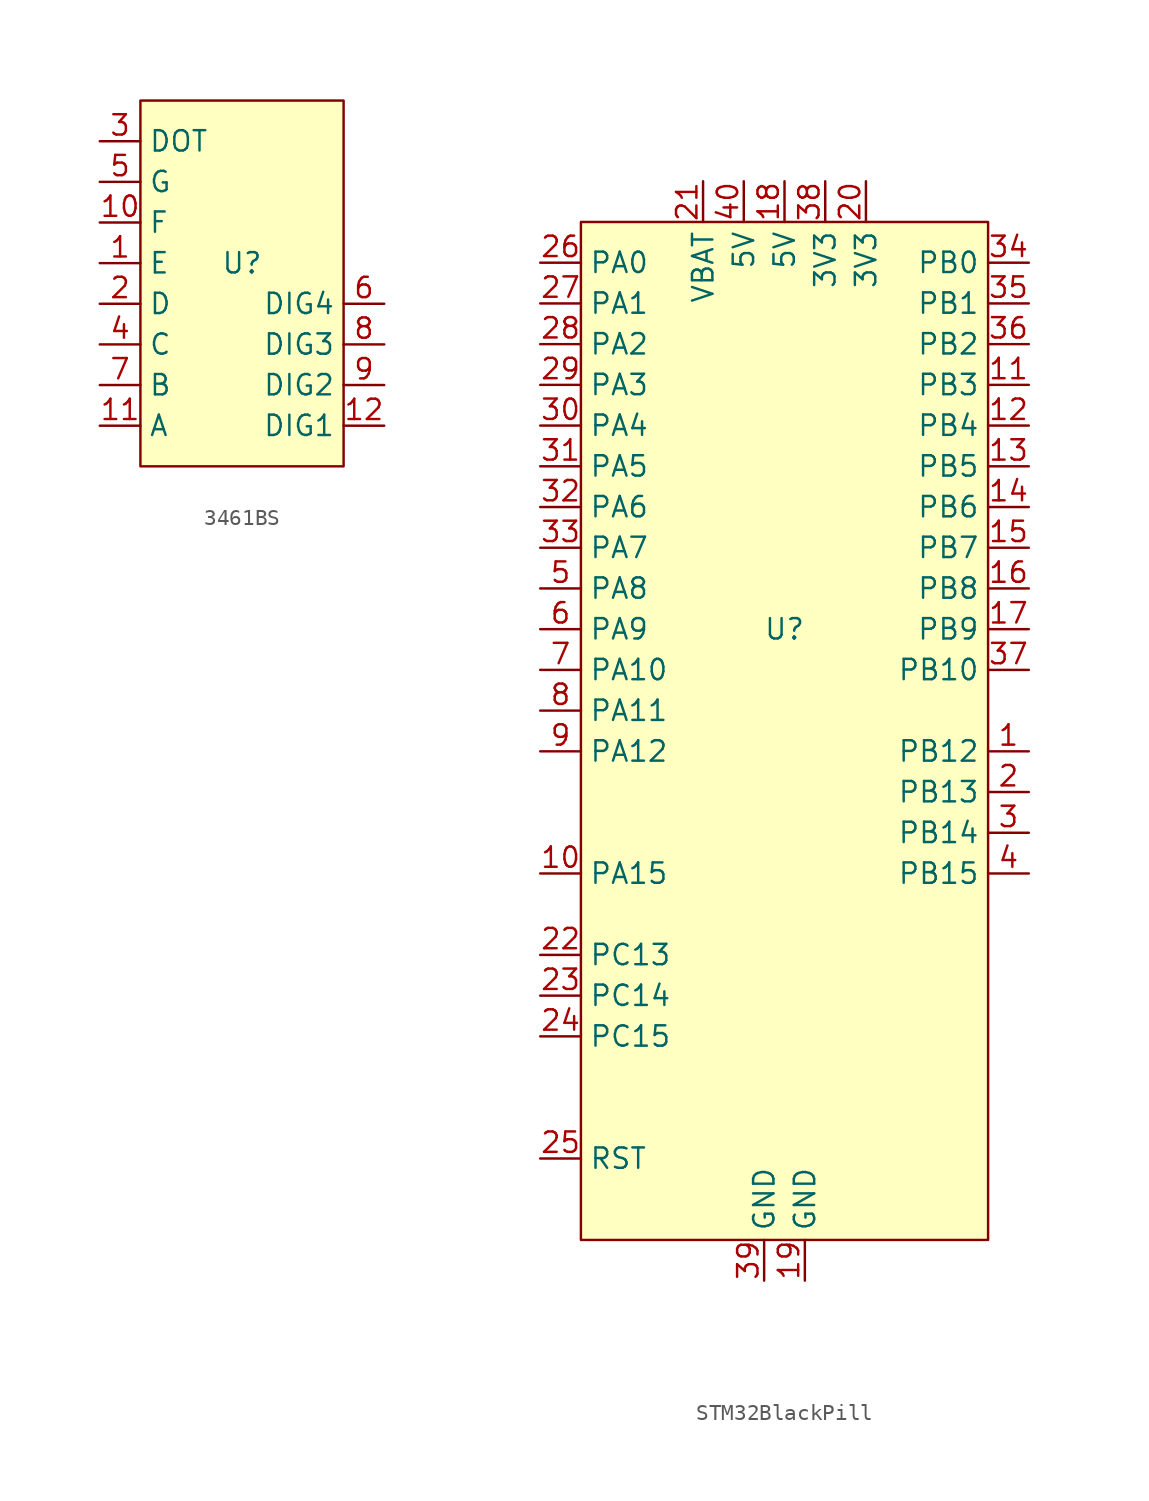
<source format=kicad_sym>
(kicad_symbol_lib
  (version 20231120)
  (generator "kicad_symbol_editor")
  (generator_version "8.0")
  (symbol "3461BS"
    (property "Reference" "U"
      (at -1.27 1.27 0)
      (effects (font (size 1.27 1.27))))
    (property "Value" ""
      (at -1.27 1.27 90)
      (effects (font (size 1.27 1.27))))
    (symbol "3461BS_1_1"
      (rectangle (start -7.62 11.43) (end 5.08 -11.43) (stroke (width 0) (type default)) (fill (type background)))
      (pin output line (at -10.16 1.27 0) (length 2.54) (name "E" (effects (font (size 1.27 1.27)))) (number "1" (effects (font (size 1.27 1.27)))))
      (pin output line (at -10.16 3.81 0) (length 2.54) (name "F" (effects (font (size 1.27 1.27)))) (number "10" (effects (font (size 1.27 1.27)))))
      (pin output line (at -10.16 -8.89 0) (length 2.54) (name "A" (effects (font (size 1.27 1.27)))) (number "11" (effects (font (size 1.27 1.27)))))
      (pin input line (at 7.62 -8.89 180) (length 2.54) (name "DIG1" (effects (font (size 1.27 1.27)))) (number "12" (effects (font (size 1.27 1.27)))))
      (pin output line (at -10.16 -1.27 0) (length 2.54) (name "D" (effects (font (size 1.27 1.27)))) (number "2" (effects (font (size 1.27 1.27)))))
      (pin output line (at -10.16 8.89 0) (length 2.54) (name "DOT" (effects (font (size 1.27 1.27)))) (number "3" (effects (font (size 1.27 1.27)))))
      (pin output line (at -10.16 -3.81 0) (length 2.54) (name "C" (effects (font (size 1.27 1.27)))) (number "4" (effects (font (size 1.27 1.27)))))
      (pin output line (at -10.16 6.35 0) (length 2.54) (name "G" (effects (font (size 1.27 1.27)))) (number "5" (effects (font (size 1.27 1.27)))))
      (pin input line (at 7.62 -1.27 180) (length 2.54) (name "DIG4" (effects (font (size 1.27 1.27)))) (number "6" (effects (font (size 1.27 1.27)))))
      (pin output line (at -10.16 -6.35 0) (length 2.54) (name "B" (effects (font (size 1.27 1.27)))) (number "7" (effects (font (size 1.27 1.27)))))
      (pin input line (at 7.62 -3.81 180) (length 2.54) (name "DIG3" (effects (font (size 1.27 1.27)))) (number "8" (effects (font (size 1.27 1.27)))))
      (pin input line (at 7.62 -6.35 180) (length 2.54) (name "DIG2" (effects (font (size 1.27 1.27)))) (number "9" (effects (font (size 1.27 1.27)))))))
  (symbol "STM32BlackPill"
    (property "Reference" "U"
      (at 0 0 0)
      (effects (font (size 1.27 1.27))))
    (property "Value" ""
      (at 0 0 0)
      (effects (font (size 1.27 1.27))))
    (symbol "STM32BlackPill_1_1"
      (rectangle (start -12.7 25.4) (end 12.7 -38.1) (stroke (width 0) (type solid)) (fill (type background)))
      (pin bidirectional line (at 15.24 -7.62 180) (length 2.54) (name "PB12" (effects (font (size 1.27 1.27)))) (number "1" (effects (font (size 1.27 1.27)))))
      (pin bidirectional line (at -15.24 -15.24 0) (length 2.54) (name "PA15" (effects (font (size 1.27 1.27)))) (number "10" (effects (font (size 1.27 1.27)))))
      (pin bidirectional line (at 15.24 15.24 180) (length 2.54) (name "PB3" (effects (font (size 1.27 1.27)))) (number "11" (effects (font (size 1.27 1.27)))))
      (pin bidirectional line (at 15.24 12.7 180) (length 2.54) (name "PB4" (effects (font (size 1.27 1.27)))) (number "12" (effects (font (size 1.27 1.27)))))
      (pin bidirectional line (at 15.24 10.16 180) (length 2.54) (name "PB5" (effects (font (size 1.27 1.27)))) (number "13" (effects (font (size 1.27 1.27)))))
      (pin bidirectional line (at 15.24 7.62 180) (length 2.54) (name "PB6" (effects (font (size 1.27 1.27)))) (number "14" (effects (font (size 1.27 1.27)))))
      (pin bidirectional line (at 15.24 5.08 180) (length 2.54) (name "PB7" (effects (font (size 1.27 1.27)))) (number "15" (effects (font (size 1.27 1.27)))))
      (pin bidirectional line (at 15.24 2.54 180) (length 2.54) (name "PB8" (effects (font (size 1.27 1.27)))) (number "16" (effects (font (size 1.27 1.27)))))
      (pin bidirectional line (at 15.24 0 180) (length 2.54) (name "PB9" (effects (font (size 1.27 1.27)))) (number "17" (effects (font (size 1.27 1.27)))))
      (pin power_in line (at 0 27.94 270) (length 2.54) (name "5V" (effects (font (size 1.27 1.27)))) (number "18" (effects (font (size 1.27 1.27)))))
      (pin power_out line (at 1.27 -40.64 90) (length 2.54) (name "GND" (effects (font (size 1.27 1.27)))) (number "19" (effects (font (size 1.27 1.27)))))
      (pin bidirectional line (at 15.24 -10.16 180) (length 2.54) (name "PB13" (effects (font (size 1.27 1.27)))) (number "2" (effects (font (size 1.27 1.27)))))
      (pin power_in line (at 5.08 27.94 270) (length 2.54) (name "3V3" (effects (font (size 1.27 1.27)))) (number "20" (effects (font (size 1.27 1.27)))))
      (pin power_in line (at -5.08 27.94 270) (length 2.54) (name "VBAT" (effects (font (size 1.27 1.27)))) (number "21" (effects (font (size 1.27 1.27)))))
      (pin bidirectional line (at -15.24 -20.32 0) (length 2.54) (name "PC13" (effects (font (size 1.27 1.27)))) (number "22" (effects (font (size 1.27 1.27)))))
      (pin bidirectional line (at -15.24 -22.86 0) (length 2.54) (name "PC14" (effects (font (size 1.27 1.27)))) (number "23" (effects (font (size 1.27 1.27)))))
      (pin bidirectional line (at -15.24 -25.4 0) (length 2.54) (name "PC15" (effects (font (size 1.27 1.27)))) (number "24" (effects (font (size 1.27 1.27)))))
      (pin input line (at -15.24 -33.02 0) (length 2.54) (name "RST" (effects (font (size 1.27 1.27)))) (number "25" (effects (font (size 1.27 1.27)))))
      (pin bidirectional line (at -15.24 22.86 0) (length 2.54) (name "PA0" (effects (font (size 1.27 1.27)))) (number "26" (effects (font (size 1.27 1.27)))))
      (pin bidirectional line (at -15.24 20.32 0) (length 2.54) (name "PA1" (effects (font (size 1.27 1.27)))) (number "27" (effects (font (size 1.27 1.27)))))
      (pin bidirectional line (at -15.24 17.78 0) (length 2.54) (name "PA2" (effects (font (size 1.27 1.27)))) (number "28" (effects (font (size 1.27 1.27)))))
      (pin bidirectional line (at -15.24 15.24 0) (length 2.54) (name "PA3" (effects (font (size 1.27 1.27)))) (number "29" (effects (font (size 1.27 1.27)))))
      (pin bidirectional line (at 15.24 -12.7 180) (length 2.54) (name "PB14" (effects (font (size 1.27 1.27)))) (number "3" (effects (font (size 1.27 1.27)))))
      (pin bidirectional line (at -15.24 12.7 0) (length 2.54) (name "PA4" (effects (font (size 1.27 1.27)))) (number "30" (effects (font (size 1.27 1.27)))))
      (pin bidirectional line (at -15.24 10.16 0) (length 2.54) (name "PA5" (effects (font (size 1.27 1.27)))) (number "31" (effects (font (size 1.27 1.27)))))
      (pin bidirectional line (at -15.24 7.62 0) (length 2.54) (name "PA6" (effects (font (size 1.27 1.27)))) (number "32" (effects (font (size 1.27 1.27)))))
      (pin bidirectional line (at -15.24 5.08 0) (length 2.54) (name "PA7" (effects (font (size 1.27 1.27)))) (number "33" (effects (font (size 1.27 1.27)))))
      (pin bidirectional line (at 15.24 22.86 180) (length 2.54) (name "PB0" (effects (font (size 1.27 1.27)))) (number "34" (effects (font (size 1.27 1.27)))))
      (pin bidirectional line (at 15.24 20.32 180) (length 2.54) (name "PB1" (effects (font (size 1.27 1.27)))) (number "35" (effects (font (size 1.27 1.27)))))
      (pin bidirectional line (at 15.24 17.78 180) (length 2.54) (name "PB2" (effects (font (size 1.27 1.27)))) (number "36" (effects (font (size 1.27 1.27)))))
      (pin bidirectional line (at 15.24 -2.54 180) (length 2.54) (name "PB10" (effects (font (size 1.27 1.27)))) (number "37" (effects (font (size 1.27 1.27)))))
      (pin power_in line (at 2.54 27.94 270) (length 2.54) (name "3V3" (effects (font (size 1.27 1.27)))) (number "38" (effects (font (size 1.27 1.27)))))
      (pin power_out line (at -1.27 -40.64 90) (length 2.54) (name "GND" (effects (font (size 1.27 1.27)))) (number "39" (effects (font (size 1.27 1.27)))))
      (pin bidirectional line (at 15.24 -15.24 180) (length 2.54) (name "PB15" (effects (font (size 1.27 1.27)))) (number "4" (effects (font (size 1.27 1.27)))))
      (pin power_in line (at -2.54 27.94 270) (length 2.54) (name "5V" (effects (font (size 1.27 1.27)))) (number "40" (effects (font (size 1.27 1.27)))))
      (pin bidirectional line (at -15.24 2.54 0) (length 2.54) (name "PA8" (effects (font (size 1.27 1.27)))) (number "5" (effects (font (size 1.27 1.27)))))
      (pin bidirectional line (at -15.24 0 0) (length 2.54) (name "PA9" (effects (font (size 1.27 1.27)))) (number "6" (effects (font (size 1.27 1.27)))))
      (pin bidirectional line (at -15.24 -2.54 0) (length 2.54) (name "PA10" (effects (font (size 1.27 1.27)))) (number "7" (effects (font (size 1.27 1.27)))))
      (pin bidirectional line (at -15.24 -5.08 0) (length 2.54) (name "PA11" (effects (font (size 1.27 1.27)))) (number "8" (effects (font (size 1.27 1.27)))))
      (pin bidirectional line (at -15.24 -7.62 0) (length 2.54) (name "PA12" (effects (font (size 1.27 1.27)))) (number "9" (effects (font (size 1.27 1.27))))))))
</source>
